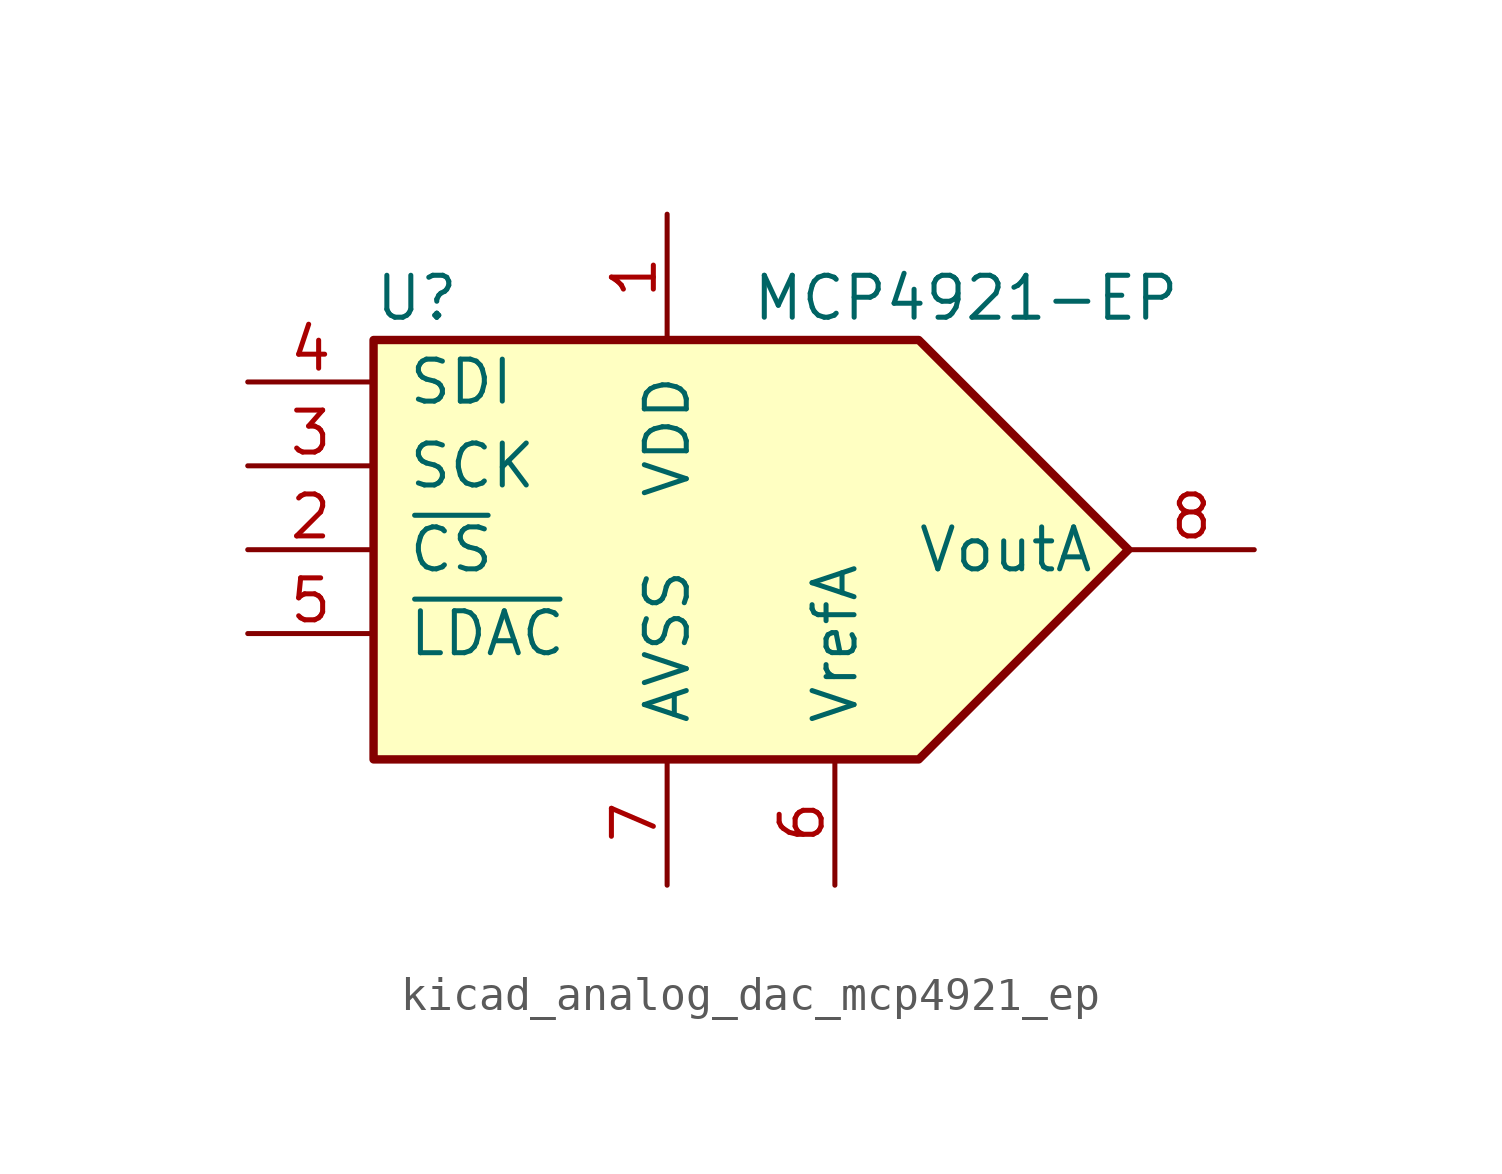
<source format=kicad_sym>
(kicad_symbol_lib
  (version 20220914)
  (generator kicad_symbol_editor)
  (symbol "kicad_analog_dac_mcp4921_ep"
    (pin_names
      (offset 1.016))
    (property "Reference" "U"
      (at -11.43 7.62 0)
      (effects (font (size 1.27 1.27)) (justify left)))
    (property "Value" "MCP4921-EP"
      (at 0 7.62 0)
      (effects (font (size 1.27 1.27)) (justify left)))
    (symbol "kicad_analog_dac_mcp4921_ep_0_1"
      (polyline (pts (xy -11.43 6.35) (xy 5.08 6.35) (xy 11.43 0) (xy 5.08 -6.35) (xy -11.43 -6.35) (xy -11.43 6.35)) (stroke (width 0.254) (type default)) (fill (type background))))
    (symbol "kicad_analog_dac_mcp4921_ep_1_1"
      (pin power_in line (at -2.54 10.16 270) (length 3.81) (name "VDD" (effects (font (size 1.27 1.27)))) (number "1" (effects (font (size 1.27 1.27)))))
      (pin input line (at -15.24 0 0) (length 3.81) (name "~{CS}" (effects (font (size 1.27 1.27)))) (number "2" (effects (font (size 1.27 1.27)))))
      (pin input line (at -15.24 2.54 0) (length 3.81) (name "SCK" (effects (font (size 1.27 1.27)))) (number "3" (effects (font (size 1.27 1.27)))))
      (pin input line (at -15.24 5.08 0) (length 3.81) (name "SDI" (effects (font (size 1.27 1.27)))) (number "4" (effects (font (size 1.27 1.27)))))
      (pin input line (at -15.24 -2.54 0) (length 3.81) (name "~{LDAC}" (effects (font (size 1.27 1.27)))) (number "5" (effects (font (size 1.27 1.27)))))
      (pin passive line (at 2.54 -10.16 90) (length 3.81) (name "VrefA" (effects (font (size 1.27 1.27)))) (number "6" (effects (font (size 1.27 1.27)))))
      (pin power_in line (at -2.54 -10.16 90) (length 3.81) (name "AVSS" (effects (font (size 1.27 1.27)))) (number "7" (effects (font (size 1.27 1.27)))))
      (pin passive line (at 15.24 0 180) (length 3.81) (name "VoutA" (effects (font (size 1.27 1.27)))) (number "8" (effects (font (size 1.27 1.27))))))))
</source>
